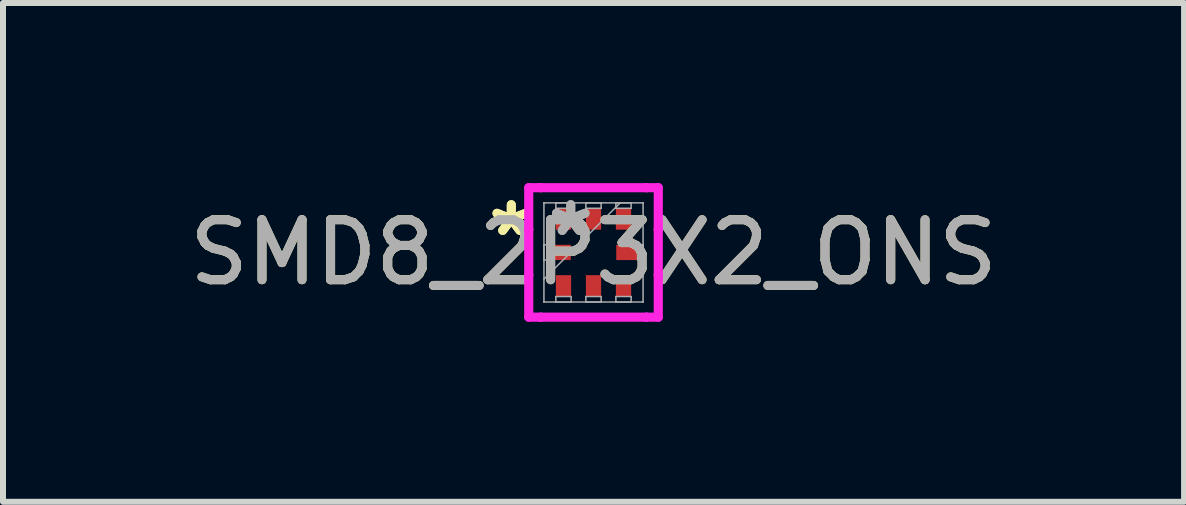
<source format=kicad_pcb>
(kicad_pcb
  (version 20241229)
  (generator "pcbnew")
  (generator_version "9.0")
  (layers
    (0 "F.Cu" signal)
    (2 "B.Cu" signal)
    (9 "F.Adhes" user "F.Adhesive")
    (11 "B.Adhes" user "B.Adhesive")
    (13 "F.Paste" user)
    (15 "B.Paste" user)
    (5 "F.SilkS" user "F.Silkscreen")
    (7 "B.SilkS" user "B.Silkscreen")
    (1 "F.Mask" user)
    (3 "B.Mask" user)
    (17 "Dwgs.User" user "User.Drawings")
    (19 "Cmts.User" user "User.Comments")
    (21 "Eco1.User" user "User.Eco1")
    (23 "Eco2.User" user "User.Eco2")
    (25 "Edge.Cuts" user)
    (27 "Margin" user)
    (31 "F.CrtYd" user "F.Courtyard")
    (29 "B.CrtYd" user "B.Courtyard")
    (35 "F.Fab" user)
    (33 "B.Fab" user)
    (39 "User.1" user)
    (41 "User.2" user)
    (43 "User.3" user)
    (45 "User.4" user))
  (footprint "SMD8_2P3X2_ONS"
    (layer "F.Cu")
    (at 6.839 1.156)
    (property "Reference" "SMD8_2P3X2_ONS" (at 0 0 0) (unlocked yes) (layer "F.SilkS") (effects (font (size 1 1) (thickness 0.15))))
    (attr smd)
    (fp_line (start -1.079 -1.079) (end -0.881 -1.079) (stroke (width 0.152) (type solid)) (layer "F.CrtYd"))
    (fp_line (start -1.079 -0.381) (end -1.079 -1.079) (stroke (width 0.152) (type solid)) (layer "F.CrtYd"))
    (fp_line (start -1.079 -0.381) (end -1.079 -0.381) (stroke (width 0.152) (type solid)) (layer "F.CrtYd"))
    (fp_line (start -1.079 0.381) (end -1.079 -0.381) (stroke (width 0.152) (type solid)) (layer "F.CrtYd"))
    (fp_line (start -1.079 0.381) (end -1.079 0.381) (stroke (width 0.152) (type solid)) (layer "F.CrtYd"))
    (fp_line (start -1.079 1.079) (end -1.079 0.381) (stroke (width 0.152) (type solid)) (layer "F.CrtYd"))
    (fp_line (start -0.881 -1.079) (end -0.881 -1.079) (stroke (width 0.152) (type solid)) (layer "F.CrtYd"))
    (fp_line (start -0.881 -1.079) (end 0.881 -1.079) (stroke (width 0.152) (type solid)) (layer "F.CrtYd"))
    (fp_line (start -0.881 1.079) (end -1.079 1.079) (stroke (width 0.152) (type solid)) (layer "F.CrtYd"))
    (fp_line (start -0.881 1.079) (end -0.881 1.079) (stroke (width 0.152) (type solid)) (layer "F.CrtYd"))
    (fp_line (start 0.881 -1.079) (end 0.881 -1.079) (stroke (width 0.152) (type solid)) (layer "F.CrtYd"))
    (fp_line (start 0.881 -1.079) (end 1.079 -1.079) (stroke (width 0.152) (type solid)) (layer "F.CrtYd"))
    (fp_line (start 0.881 1.079) (end -0.881 1.079) (stroke (width 0.152) (type solid)) (layer "F.CrtYd"))
    (fp_line (start 0.881 1.079) (end 0.881 1.079) (stroke (width 0.152) (type solid)) (layer "F.CrtYd"))
    (fp_line (start 1.079 -1.079) (end 1.079 -0.381) (stroke (width 0.152) (type solid)) (layer "F.CrtYd"))
    (fp_line (start 1.079 -0.381) (end 1.079 -0.381) (stroke (width 0.152) (type solid)) (layer "F.CrtYd"))
    (fp_line (start 1.079 -0.381) (end 1.079 0.381) (stroke (width 0.152) (type solid)) (layer "F.CrtYd"))
    (fp_line (start 1.079 0.381) (end 1.079 0.381) (stroke (width 0.152) (type solid)) (layer "F.CrtYd"))
    (fp_line (start 1.079 0.381) (end 1.079 1.079) (stroke (width 0.152) (type solid)) (layer "F.CrtYd"))
    (fp_line (start 1.079 1.079) (end 0.881 1.079) (stroke (width 0.152) (type solid)) (layer "F.CrtYd"))
    (fp_line (start -0.826 -0.826) (end -0.826 -0.826) (stroke (width 0.025) (type solid)) (layer "F.Fab"))
    (fp_line (start -0.826 -0.826) (end -0.826 0.826) (stroke (width 0.025) (type solid)) (layer "F.Fab"))
    (fp_line (start -0.826 -0.127) (end -0.735 -0.127) (stroke (width 0.025) (type solid)) (layer "F.Fab"))
    (fp_line (start -0.826 0.127) (end -0.826 -0.127) (stroke (width 0.025) (type solid)) (layer "F.Fab"))
    (fp_line (start -0.826 0.445) (end 0.445 -0.826) (stroke (width 0.025) (type solid)) (layer "F.Fab"))
    (fp_line (start -0.826 0.826) (end -0.826 0.826) (stroke (width 0.025) (type solid)) (layer "F.Fab"))
    (fp_line (start -0.826 0.826) (end 0.826 0.826) (stroke (width 0.025) (type solid)) (layer "F.Fab"))
    (fp_line (start -0.735 -0.127) (end -0.735 0.127) (stroke (width 0.025) (type solid)) (layer "F.Fab"))
    (fp_line (start -0.735 0.127) (end -0.826 0.127) (stroke (width 0.025) (type solid)) (layer "F.Fab"))
    (fp_line (start -0.627 -0.826) (end -0.373 -0.826) (stroke (width 0.025) (type solid)) (layer "F.Fab"))
    (fp_line (start -0.627 -0.735) (end -0.627 -0.826) (stroke (width 0.025) (type solid)) (layer "F.Fab"))
    (fp_line (start -0.627 0.735) (end -0.373 0.735) (stroke (width 0.025) (type solid)) (layer "F.Fab"))
    (fp_line (start -0.627 0.826) (end -0.627 0.735) (stroke (width 0.025) (type solid)) (layer "F.Fab"))
    (fp_line (start -0.373 -0.826) (end -0.373 -0.735) (stroke (width 0.025) (type solid)) (layer "F.Fab"))
    (fp_line (start -0.373 -0.735) (end -0.627 -0.735) (stroke (width 0.025) (type solid)) (layer "F.Fab"))
    (fp_line (start -0.373 0.735) (end -0.373 0.826) (stroke (width 0.025) (type solid)) (layer "F.Fab"))
    (fp_line (start -0.373 0.826) (end -0.627 0.826) (stroke (width 0.025) (type solid)) (layer "F.Fab"))
    (fp_line (start -0.127 -0.826) (end 0.127 -0.826) (stroke (width 0.025) (type solid)) (layer "F.Fab"))
    (fp_line (start -0.127 -0.735) (end -0.127 -0.826) (stroke (width 0.025) (type solid)) (layer "F.Fab"))
    (fp_line (start -0.127 0.735) (end 0.127 0.735) (stroke (width 0.025) (type solid)) (layer "F.Fab"))
    (fp_line (start -0.127 0.826) (end -0.127 0.735) (stroke (width 0.025) (type solid)) (layer "F.Fab"))
    (fp_line (start 0.127 -0.826) (end 0.127 -0.735) (stroke (width 0.025) (type solid)) (layer "F.Fab"))
    (fp_line (start 0.127 -0.735) (end -0.127 -0.735) (stroke (width 0.025) (type solid)) (layer "F.Fab"))
    (fp_line (start 0.127 0.735) (end 0.127 0.826) (stroke (width 0.025) (type solid)) (layer "F.Fab"))
    (fp_line (start 0.127 0.826) (end -0.127 0.826) (stroke (width 0.025) (type solid)) (layer "F.Fab"))
    (fp_line (start 0.373 -0.826) (end 0.627 -0.826) (stroke (width 0.025) (type solid)) (layer "F.Fab"))
    (fp_line (start 0.373 -0.735) (end 0.373 -0.826) (stroke (width 0.025) (type solid)) (layer "F.Fab"))
    (fp_line (start 0.373 0.735) (end 0.627 0.735) (stroke (width 0.025) (type solid)) (layer "F.Fab"))
    (fp_line (start 0.373 0.826) (end 0.373 0.735) (stroke (width 0.025) (type solid)) (layer "F.Fab"))
    (fp_line (start 0.627 -0.826) (end 0.627 -0.735) (stroke (width 0.025) (type solid)) (layer "F.Fab"))
    (fp_line (start 0.627 -0.735) (end 0.373 -0.735) (stroke (width 0.025) (type solid)) (layer "F.Fab"))
    (fp_line (start 0.627 0.735) (end 0.627 0.826) (stroke (width 0.025) (type solid)) (layer "F.Fab"))
    (fp_line (start 0.627 0.826) (end 0.373 0.826) (stroke (width 0.025) (type solid)) (layer "F.Fab"))
    (fp_line (start 0.735 -0.127) (end 0.826 -0.127) (stroke (width 0.025) (type solid)) (layer "F.Fab"))
    (fp_line (start 0.735 0.127) (end 0.735 -0.127) (stroke (width 0.025) (type solid)) (layer "F.Fab"))
    (fp_line (start 0.826 -0.826) (end -0.826 -0.826) (stroke (width 0.025) (type solid)) (layer "F.Fab"))
    (fp_line (start 0.826 -0.826) (end 0.826 -0.826) (stroke (width 0.025) (type solid)) (layer "F.Fab"))
    (fp_line (start 0.826 -0.127) (end 0.826 0.127) (stroke (width 0.025) (type solid)) (layer "F.Fab"))
    (fp_line (start 0.826 0.127) (end 0.735 0.127) (stroke (width 0.025) (type solid)) (layer "F.Fab"))
    (fp_line (start 0.826 0.826) (end 0.826 -0.826) (stroke (width 0.025) (type solid)) (layer "F.Fab"))
    (fp_line (start 0.826 0.826) (end 0.826 0.826) (stroke (width 0.025) (type solid)) (layer "F.Fab"))
    (fp_text user "*" (at -1.37 -0.25 0) (unlocked yes) (layer "F.SilkS") (effects (font (size 1 1) (thickness 0.15))))
    (fp_text user "*" (at -1.37 -0.25 0) (layer "F.SilkS") (effects (font (size 1 1) (thickness 0.15))))
    (fp_text user "*" (at -0.379 -0.25 0) (layer "F.Fab") (effects (font (size 1 1) (thickness 0.15))))
    (fp_text user "${REFERENCE}" (at 0 0 0) (unlocked yes) (layer "F.Fab") (effects (font (size 1 1) (thickness 0.15))))
    (fp_text user "*" (at -0.379 -0.25 0) (unlocked yes) (layer "F.Fab") (effects (font (size 1 1) (thickness 0.15))))
    (pad "1" smd rect (at -0.557 0 90) (size 0.254 0.356) (layers "F.Cu" "F.Mask" "F.Paste"))
    (pad "2" smd rect (at -0.5 0.557) (size 0.254 0.356) (layers "F.Cu" "F.Mask" "F.Paste"))
    (pad "3" smd rect (at 0 0.557) (size 0.254 0.356) (layers "F.Cu" "F.Mask" "F.Paste"))
    (pad "4" smd rect (at 0.5 0.557) (size 0.254 0.356) (layers "F.Cu" "F.Mask" "F.Paste"))
    (pad "5" smd rect (at 0.557 0 90) (size 0.254 0.356) (layers "F.Cu" "F.Mask" "F.Paste"))
    (pad "6" smd rect (at 0.5 -0.557) (size 0.254 0.356) (layers "F.Cu" "F.Mask" "F.Paste"))
    (pad "7" smd rect (at 0 -0.557) (size 0.254 0.356) (layers "F.Cu" "F.Mask" "F.Paste"))
    (pad "8" smd rect (at -0.5 -0.557) (size 0.254 0.356) (layers "F.Cu" "F.Mask" "F.Paste")))
  (gr_rect
    (start -3 -3)
    (end 16.679 5.311)
    (stroke (width 0.1) (type default))
    (fill no)
    (layer "Edge.Cuts")))
</source>
